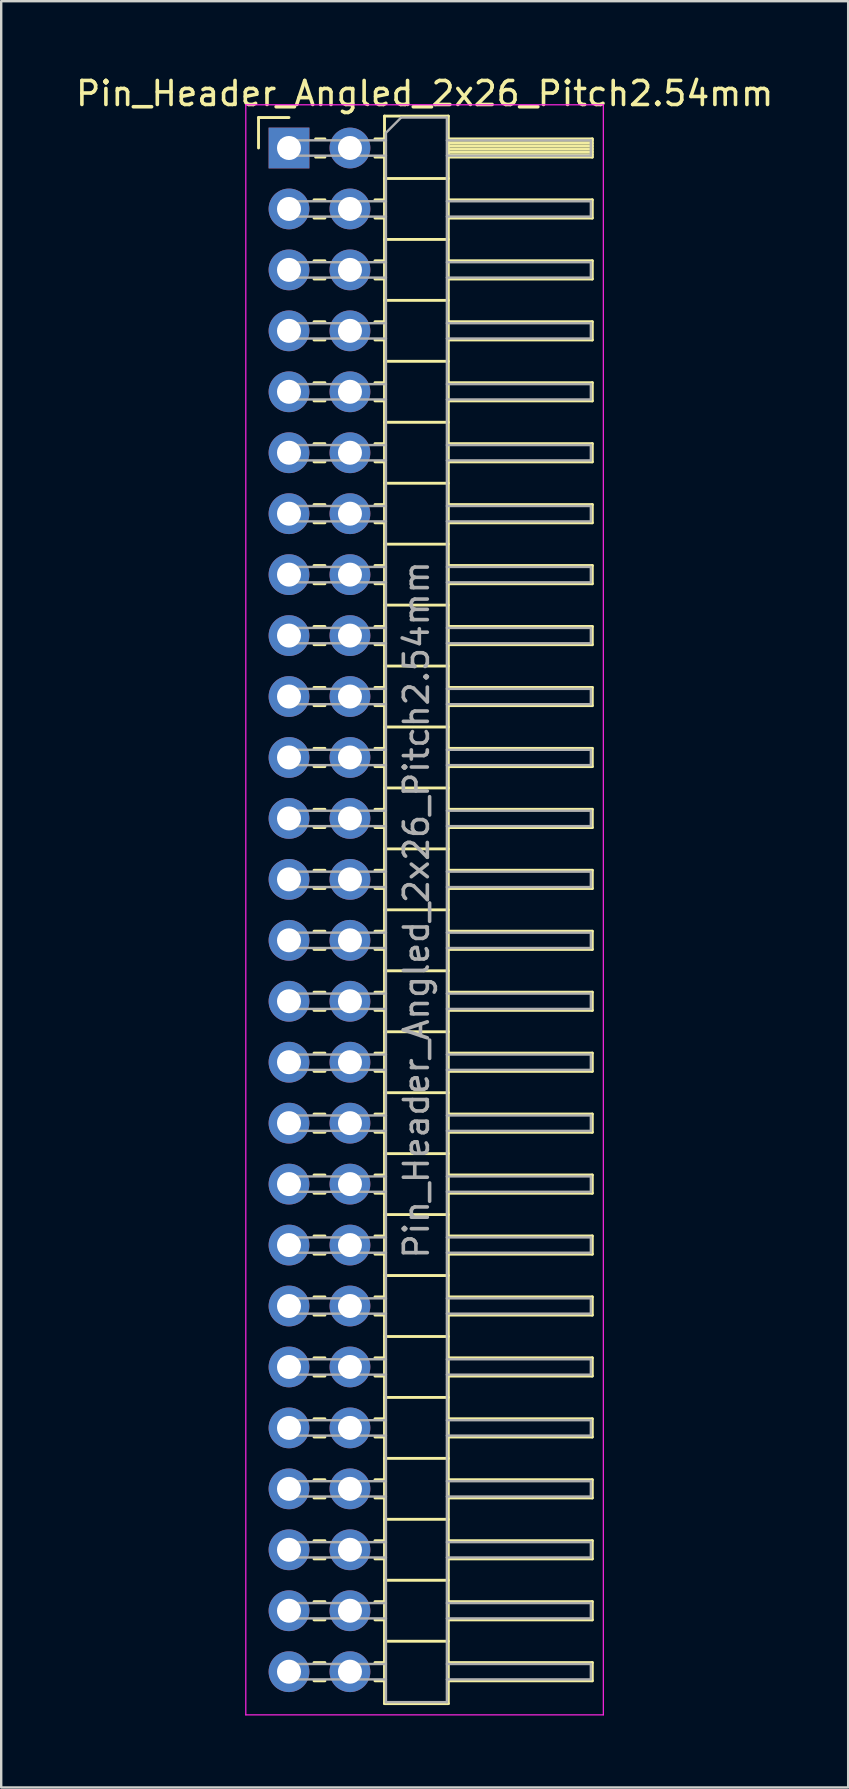
<source format=kicad_pcb>
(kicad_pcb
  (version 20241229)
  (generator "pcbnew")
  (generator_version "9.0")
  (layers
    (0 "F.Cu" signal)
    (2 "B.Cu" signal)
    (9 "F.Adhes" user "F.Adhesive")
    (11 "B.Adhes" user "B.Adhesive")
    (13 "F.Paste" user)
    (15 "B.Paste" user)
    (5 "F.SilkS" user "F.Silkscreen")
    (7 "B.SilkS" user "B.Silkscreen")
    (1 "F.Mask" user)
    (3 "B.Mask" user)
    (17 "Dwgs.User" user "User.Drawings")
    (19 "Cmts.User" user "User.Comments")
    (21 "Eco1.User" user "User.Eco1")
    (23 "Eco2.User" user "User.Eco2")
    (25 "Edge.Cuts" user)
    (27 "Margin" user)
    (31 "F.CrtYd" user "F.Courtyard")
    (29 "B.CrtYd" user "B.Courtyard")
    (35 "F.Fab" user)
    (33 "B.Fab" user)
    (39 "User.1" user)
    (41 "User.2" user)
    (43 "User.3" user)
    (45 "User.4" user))
  (footprint "Pin_Header_Angled_2x26_Pitch2.54mm"
    (layer "F.Cu")
    (at 8.994 3.118)
    (property "Reference" "Pin_Header_Angled_2x26_Pitch2.54mm" (at 5.655 -2.27 0) (layer "F.SilkS") (effects (font (size 1 1) (thickness 0.15))))
    (attr through_hole)
    (fp_line (start -1.27 -1.27) (end 0 -1.27) (stroke (width 0.12) (type solid)) (layer "F.SilkS"))
    (fp_line (start -1.27 0) (end -1.27 -1.27) (stroke (width 0.12) (type solid)) (layer "F.SilkS"))
    (fp_line (start 1.043 2.16) (end 1.497 2.16) (stroke (width 0.12) (type solid)) (layer "F.SilkS"))
    (fp_line (start 1.043 2.92) (end 1.497 2.92) (stroke (width 0.12) (type solid)) (layer "F.SilkS"))
    (fp_line (start 1.043 4.7) (end 1.497 4.7) (stroke (width 0.12) (type solid)) (layer "F.SilkS"))
    (fp_line (start 1.043 5.46) (end 1.497 5.46) (stroke (width 0.12) (type solid)) (layer "F.SilkS"))
    (fp_line (start 1.043 7.24) (end 1.497 7.24) (stroke (width 0.12) (type solid)) (layer "F.SilkS"))
    (fp_line (start 1.043 8) (end 1.497 8) (stroke (width 0.12) (type solid)) (layer "F.SilkS"))
    (fp_line (start 1.043 9.78) (end 1.497 9.78) (stroke (width 0.12) (type solid)) (layer "F.SilkS"))
    (fp_line (start 1.043 10.54) (end 1.497 10.54) (stroke (width 0.12) (type solid)) (layer "F.SilkS"))
    (fp_line (start 1.043 12.32) (end 1.497 12.32) (stroke (width 0.12) (type solid)) (layer "F.SilkS"))
    (fp_line (start 1.043 13.08) (end 1.497 13.08) (stroke (width 0.12) (type solid)) (layer "F.SilkS"))
    (fp_line (start 1.043 14.86) (end 1.497 14.86) (stroke (width 0.12) (type solid)) (layer "F.SilkS"))
    (fp_line (start 1.043 15.62) (end 1.497 15.62) (stroke (width 0.12) (type solid)) (layer "F.SilkS"))
    (fp_line (start 1.043 17.4) (end 1.497 17.4) (stroke (width 0.12) (type solid)) (layer "F.SilkS"))
    (fp_line (start 1.043 18.16) (end 1.497 18.16) (stroke (width 0.12) (type solid)) (layer "F.SilkS"))
    (fp_line (start 1.043 19.94) (end 1.497 19.94) (stroke (width 0.12) (type solid)) (layer "F.SilkS"))
    (fp_line (start 1.043 20.7) (end 1.497 20.7) (stroke (width 0.12) (type solid)) (layer "F.SilkS"))
    (fp_line (start 1.043 22.48) (end 1.497 22.48) (stroke (width 0.12) (type solid)) (layer "F.SilkS"))
    (fp_line (start 1.043 23.24) (end 1.497 23.24) (stroke (width 0.12) (type solid)) (layer "F.SilkS"))
    (fp_line (start 1.043 25.02) (end 1.497 25.02) (stroke (width 0.12) (type solid)) (layer "F.SilkS"))
    (fp_line (start 1.043 25.78) (end 1.497 25.78) (stroke (width 0.12) (type solid)) (layer "F.SilkS"))
    (fp_line (start 1.043 27.56) (end 1.497 27.56) (stroke (width 0.12) (type solid)) (layer "F.SilkS"))
    (fp_line (start 1.043 28.32) (end 1.497 28.32) (stroke (width 0.12) (type solid)) (layer "F.SilkS"))
    (fp_line (start 1.043 30.1) (end 1.497 30.1) (stroke (width 0.12) (type solid)) (layer "F.SilkS"))
    (fp_line (start 1.043 30.86) (end 1.497 30.86) (stroke (width 0.12) (type solid)) (layer "F.SilkS"))
    (fp_line (start 1.043 32.64) (end 1.497 32.64) (stroke (width 0.12) (type solid)) (layer "F.SilkS"))
    (fp_line (start 1.043 33.4) (end 1.497 33.4) (stroke (width 0.12) (type solid)) (layer "F.SilkS"))
    (fp_line (start 1.043 35.18) (end 1.497 35.18) (stroke (width 0.12) (type solid)) (layer "F.SilkS"))
    (fp_line (start 1.043 35.94) (end 1.497 35.94) (stroke (width 0.12) (type solid)) (layer "F.SilkS"))
    (fp_line (start 1.043 37.72) (end 1.497 37.72) (stroke (width 0.12) (type solid)) (layer "F.SilkS"))
    (fp_line (start 1.043 38.48) (end 1.497 38.48) (stroke (width 0.12) (type solid)) (layer "F.SilkS"))
    (fp_line (start 1.043 40.26) (end 1.497 40.26) (stroke (width 0.12) (type solid)) (layer "F.SilkS"))
    (fp_line (start 1.043 41.02) (end 1.497 41.02) (stroke (width 0.12) (type solid)) (layer "F.SilkS"))
    (fp_line (start 1.043 42.8) (end 1.497 42.8) (stroke (width 0.12) (type solid)) (layer "F.SilkS"))
    (fp_line (start 1.043 43.56) (end 1.497 43.56) (stroke (width 0.12) (type solid)) (layer "F.SilkS"))
    (fp_line (start 1.043 45.34) (end 1.497 45.34) (stroke (width 0.12) (type solid)) (layer "F.SilkS"))
    (fp_line (start 1.043 46.1) (end 1.497 46.1) (stroke (width 0.12) (type solid)) (layer "F.SilkS"))
    (fp_line (start 1.043 47.88) (end 1.497 47.88) (stroke (width 0.12) (type solid)) (layer "F.SilkS"))
    (fp_line (start 1.043 48.64) (end 1.497 48.64) (stroke (width 0.12) (type solid)) (layer "F.SilkS"))
    (fp_line (start 1.043 50.42) (end 1.497 50.42) (stroke (width 0.12) (type solid)) (layer "F.SilkS"))
    (fp_line (start 1.043 51.18) (end 1.497 51.18) (stroke (width 0.12) (type solid)) (layer "F.SilkS"))
    (fp_line (start 1.043 52.96) (end 1.497 52.96) (stroke (width 0.12) (type solid)) (layer "F.SilkS"))
    (fp_line (start 1.043 53.72) (end 1.497 53.72) (stroke (width 0.12) (type solid)) (layer "F.SilkS"))
    (fp_line (start 1.043 55.5) (end 1.497 55.5) (stroke (width 0.12) (type solid)) (layer "F.SilkS"))
    (fp_line (start 1.043 56.26) (end 1.497 56.26) (stroke (width 0.12) (type solid)) (layer "F.SilkS"))
    (fp_line (start 1.043 58.04) (end 1.497 58.04) (stroke (width 0.12) (type solid)) (layer "F.SilkS"))
    (fp_line (start 1.043 58.8) (end 1.497 58.8) (stroke (width 0.12) (type solid)) (layer "F.SilkS"))
    (fp_line (start 1.043 60.58) (end 1.497 60.58) (stroke (width 0.12) (type solid)) (layer "F.SilkS"))
    (fp_line (start 1.043 61.34) (end 1.497 61.34) (stroke (width 0.12) (type solid)) (layer "F.SilkS"))
    (fp_line (start 1.043 63.12) (end 1.497 63.12) (stroke (width 0.12) (type solid)) (layer "F.SilkS"))
    (fp_line (start 1.043 63.88) (end 1.497 63.88) (stroke (width 0.12) (type solid)) (layer "F.SilkS"))
    (fp_line (start 1.11 -0.38) (end 1.497 -0.38) (stroke (width 0.12) (type solid)) (layer "F.SilkS"))
    (fp_line (start 1.11 0.38) (end 1.497 0.38) (stroke (width 0.12) (type solid)) (layer "F.SilkS"))
    (fp_line (start 3.583 -0.38) (end 3.98 -0.38) (stroke (width 0.12) (type solid)) (layer "F.SilkS"))
    (fp_line (start 3.583 0.38) (end 3.98 0.38) (stroke (width 0.12) (type solid)) (layer "F.SilkS"))
    (fp_line (start 3.583 2.16) (end 3.98 2.16) (stroke (width 0.12) (type solid)) (layer "F.SilkS"))
    (fp_line (start 3.583 2.92) (end 3.98 2.92) (stroke (width 0.12) (type solid)) (layer "F.SilkS"))
    (fp_line (start 3.583 4.7) (end 3.98 4.7) (stroke (width 0.12) (type solid)) (layer "F.SilkS"))
    (fp_line (start 3.583 5.46) (end 3.98 5.46) (stroke (width 0.12) (type solid)) (layer "F.SilkS"))
    (fp_line (start 3.583 7.24) (end 3.98 7.24) (stroke (width 0.12) (type solid)) (layer "F.SilkS"))
    (fp_line (start 3.583 8) (end 3.98 8) (stroke (width 0.12) (type solid)) (layer "F.SilkS"))
    (fp_line (start 3.583 9.78) (end 3.98 9.78) (stroke (width 0.12) (type solid)) (layer "F.SilkS"))
    (fp_line (start 3.583 10.54) (end 3.98 10.54) (stroke (width 0.12) (type solid)) (layer "F.SilkS"))
    (fp_line (start 3.583 12.32) (end 3.98 12.32) (stroke (width 0.12) (type solid)) (layer "F.SilkS"))
    (fp_line (start 3.583 13.08) (end 3.98 13.08) (stroke (width 0.12) (type solid)) (layer "F.SilkS"))
    (fp_line (start 3.583 14.86) (end 3.98 14.86) (stroke (width 0.12) (type solid)) (layer "F.SilkS"))
    (fp_line (start 3.583 15.62) (end 3.98 15.62) (stroke (width 0.12) (type solid)) (layer "F.SilkS"))
    (fp_line (start 3.583 17.4) (end 3.98 17.4) (stroke (width 0.12) (type solid)) (layer "F.SilkS"))
    (fp_line (start 3.583 18.16) (end 3.98 18.16) (stroke (width 0.12) (type solid)) (layer "F.SilkS"))
    (fp_line (start 3.583 19.94) (end 3.98 19.94) (stroke (width 0.12) (type solid)) (layer "F.SilkS"))
    (fp_line (start 3.583 20.7) (end 3.98 20.7) (stroke (width 0.12) (type solid)) (layer "F.SilkS"))
    (fp_line (start 3.583 22.48) (end 3.98 22.48) (stroke (width 0.12) (type solid)) (layer "F.SilkS"))
    (fp_line (start 3.583 23.24) (end 3.98 23.24) (stroke (width 0.12) (type solid)) (layer "F.SilkS"))
    (fp_line (start 3.583 25.02) (end 3.98 25.02) (stroke (width 0.12) (type solid)) (layer "F.SilkS"))
    (fp_line (start 3.583 25.78) (end 3.98 25.78) (stroke (width 0.12) (type solid)) (layer "F.SilkS"))
    (fp_line (start 3.583 27.56) (end 3.98 27.56) (stroke (width 0.12) (type solid)) (layer "F.SilkS"))
    (fp_line (start 3.583 28.32) (end 3.98 28.32) (stroke (width 0.12) (type solid)) (layer "F.SilkS"))
    (fp_line (start 3.583 30.1) (end 3.98 30.1) (stroke (width 0.12) (type solid)) (layer "F.SilkS"))
    (fp_line (start 3.583 30.86) (end 3.98 30.86) (stroke (width 0.12) (type solid)) (layer "F.SilkS"))
    (fp_line (start 3.583 32.64) (end 3.98 32.64) (stroke (width 0.12) (type solid)) (layer "F.SilkS"))
    (fp_line (start 3.583 33.4) (end 3.98 33.4) (stroke (width 0.12) (type solid)) (layer "F.SilkS"))
    (fp_line (start 3.583 35.18) (end 3.98 35.18) (stroke (width 0.12) (type solid)) (layer "F.SilkS"))
    (fp_line (start 3.583 35.94) (end 3.98 35.94) (stroke (width 0.12) (type solid)) (layer "F.SilkS"))
    (fp_line (start 3.583 37.72) (end 3.98 37.72) (stroke (width 0.12) (type solid)) (layer "F.SilkS"))
    (fp_line (start 3.583 38.48) (end 3.98 38.48) (stroke (width 0.12) (type solid)) (layer "F.SilkS"))
    (fp_line (start 3.583 40.26) (end 3.98 40.26) (stroke (width 0.12) (type solid)) (layer "F.SilkS"))
    (fp_line (start 3.583 41.02) (end 3.98 41.02) (stroke (width 0.12) (type solid)) (layer "F.SilkS"))
    (fp_line (start 3.583 42.8) (end 3.98 42.8) (stroke (width 0.12) (type solid)) (layer "F.SilkS"))
    (fp_line (start 3.583 43.56) (end 3.98 43.56) (stroke (width 0.12) (type solid)) (layer "F.SilkS"))
    (fp_line (start 3.583 45.34) (end 3.98 45.34) (stroke (width 0.12) (type solid)) (layer "F.SilkS"))
    (fp_line (start 3.583 46.1) (end 3.98 46.1) (stroke (width 0.12) (type solid)) (layer "F.SilkS"))
    (fp_line (start 3.583 47.88) (end 3.98 47.88) (stroke (width 0.12) (type solid)) (layer "F.SilkS"))
    (fp_line (start 3.583 48.64) (end 3.98 48.64) (stroke (width 0.12) (type solid)) (layer "F.SilkS"))
    (fp_line (start 3.583 50.42) (end 3.98 50.42) (stroke (width 0.12) (type solid)) (layer "F.SilkS"))
    (fp_line (start 3.583 51.18) (end 3.98 51.18) (stroke (width 0.12) (type solid)) (layer "F.SilkS"))
    (fp_line (start 3.583 52.96) (end 3.98 52.96) (stroke (width 0.12) (type solid)) (layer "F.SilkS"))
    (fp_line (start 3.583 53.72) (end 3.98 53.72) (stroke (width 0.12) (type solid)) (layer "F.SilkS"))
    (fp_line (start 3.583 55.5) (end 3.98 55.5) (stroke (width 0.12) (type solid)) (layer "F.SilkS"))
    (fp_line (start 3.583 56.26) (end 3.98 56.26) (stroke (width 0.12) (type solid)) (layer "F.SilkS"))
    (fp_line (start 3.583 58.04) (end 3.98 58.04) (stroke (width 0.12) (type solid)) (layer "F.SilkS"))
    (fp_line (start 3.583 58.8) (end 3.98 58.8) (stroke (width 0.12) (type solid)) (layer "F.SilkS"))
    (fp_line (start 3.583 60.58) (end 3.98 60.58) (stroke (width 0.12) (type solid)) (layer "F.SilkS"))
    (fp_line (start 3.583 61.34) (end 3.98 61.34) (stroke (width 0.12) (type solid)) (layer "F.SilkS"))
    (fp_line (start 3.583 63.12) (end 3.98 63.12) (stroke (width 0.12) (type solid)) (layer "F.SilkS"))
    (fp_line (start 3.583 63.88) (end 3.98 63.88) (stroke (width 0.12) (type solid)) (layer "F.SilkS"))
    (fp_line (start 3.98 -1.33) (end 3.98 64.83) (stroke (width 0.12) (type solid)) (layer "F.SilkS"))
    (fp_line (start 3.98 1.27) (end 6.64 1.27) (stroke (width 0.12) (type solid)) (layer "F.SilkS"))
    (fp_line (start 3.98 3.81) (end 6.64 3.81) (stroke (width 0.12) (type solid)) (layer "F.SilkS"))
    (fp_line (start 3.98 6.35) (end 6.64 6.35) (stroke (width 0.12) (type solid)) (layer "F.SilkS"))
    (fp_line (start 3.98 8.89) (end 6.64 8.89) (stroke (width 0.12) (type solid)) (layer "F.SilkS"))
    (fp_line (start 3.98 11.43) (end 6.64 11.43) (stroke (width 0.12) (type solid)) (layer "F.SilkS"))
    (fp_line (start 3.98 13.97) (end 6.64 13.97) (stroke (width 0.12) (type solid)) (layer "F.SilkS"))
    (fp_line (start 3.98 16.51) (end 6.64 16.51) (stroke (width 0.12) (type solid)) (layer "F.SilkS"))
    (fp_line (start 3.98 19.05) (end 6.64 19.05) (stroke (width 0.12) (type solid)) (layer "F.SilkS"))
    (fp_line (start 3.98 21.59) (end 6.64 21.59) (stroke (width 0.12) (type solid)) (layer "F.SilkS"))
    (fp_line (start 3.98 24.13) (end 6.64 24.13) (stroke (width 0.12) (type solid)) (layer "F.SilkS"))
    (fp_line (start 3.98 26.67) (end 6.64 26.67) (stroke (width 0.12) (type solid)) (layer "F.SilkS"))
    (fp_line (start 3.98 29.21) (end 6.64 29.21) (stroke (width 0.12) (type solid)) (layer "F.SilkS"))
    (fp_line (start 3.98 31.75) (end 6.64 31.75) (stroke (width 0.12) (type solid)) (layer "F.SilkS"))
    (fp_line (start 3.98 34.29) (end 6.64 34.29) (stroke (width 0.12) (type solid)) (layer "F.SilkS"))
    (fp_line (start 3.98 36.83) (end 6.64 36.83) (stroke (width 0.12) (type solid)) (layer "F.SilkS"))
    (fp_line (start 3.98 39.37) (end 6.64 39.37) (stroke (width 0.12) (type solid)) (layer "F.SilkS"))
    (fp_line (start 3.98 41.91) (end 6.64 41.91) (stroke (width 0.12) (type solid)) (layer "F.SilkS"))
    (fp_line (start 3.98 44.45) (end 6.64 44.45) (stroke (width 0.12) (type solid)) (layer "F.SilkS"))
    (fp_line (start 3.98 46.99) (end 6.64 46.99) (stroke (width 0.12) (type solid)) (layer "F.SilkS"))
    (fp_line (start 3.98 49.53) (end 6.64 49.53) (stroke (width 0.12) (type solid)) (layer "F.SilkS"))
    (fp_line (start 3.98 52.07) (end 6.64 52.07) (stroke (width 0.12) (type solid)) (layer "F.SilkS"))
    (fp_line (start 3.98 54.61) (end 6.64 54.61) (stroke (width 0.12) (type solid)) (layer "F.SilkS"))
    (fp_line (start 3.98 57.15) (end 6.64 57.15) (stroke (width 0.12) (type solid)) (layer "F.SilkS"))
    (fp_line (start 3.98 59.69) (end 6.64 59.69) (stroke (width 0.12) (type solid)) (layer "F.SilkS"))
    (fp_line (start 3.98 62.23) (end 6.64 62.23) (stroke (width 0.12) (type solid)) (layer "F.SilkS"))
    (fp_line (start 3.98 64.83) (end 6.64 64.83) (stroke (width 0.12) (type solid)) (layer "F.SilkS"))
    (fp_line (start 6.64 -1.33) (end 3.98 -1.33) (stroke (width 0.12) (type solid)) (layer "F.SilkS"))
    (fp_line (start 6.64 -0.38) (end 12.64 -0.38) (stroke (width 0.12) (type solid)) (layer "F.SilkS"))
    (fp_line (start 6.64 -0.32) (end 12.64 -0.32) (stroke (width 0.12) (type solid)) (layer "F.SilkS"))
    (fp_line (start 6.64 -0.2) (end 12.64 -0.2) (stroke (width 0.12) (type solid)) (layer "F.SilkS"))
    (fp_line (start 6.64 -0.08) (end 12.64 -0.08) (stroke (width 0.12) (type solid)) (layer "F.SilkS"))
    (fp_line (start 6.64 0.04) (end 12.64 0.04) (stroke (width 0.12) (type solid)) (layer "F.SilkS"))
    (fp_line (start 6.64 0.16) (end 12.64 0.16) (stroke (width 0.12) (type solid)) (layer "F.SilkS"))
    (fp_line (start 6.64 0.28) (end 12.64 0.28) (stroke (width 0.12) (type solid)) (layer "F.SilkS"))
    (fp_line (start 6.64 2.16) (end 12.64 2.16) (stroke (width 0.12) (type solid)) (layer "F.SilkS"))
    (fp_line (start 6.64 4.7) (end 12.64 4.7) (stroke (width 0.12) (type solid)) (layer "F.SilkS"))
    (fp_line (start 6.64 7.24) (end 12.64 7.24) (stroke (width 0.12) (type solid)) (layer "F.SilkS"))
    (fp_line (start 6.64 9.78) (end 12.64 9.78) (stroke (width 0.12) (type solid)) (layer "F.SilkS"))
    (fp_line (start 6.64 12.32) (end 12.64 12.32) (stroke (width 0.12) (type solid)) (layer "F.SilkS"))
    (fp_line (start 6.64 14.86) (end 12.64 14.86) (stroke (width 0.12) (type solid)) (layer "F.SilkS"))
    (fp_line (start 6.64 17.4) (end 12.64 17.4) (stroke (width 0.12) (type solid)) (layer "F.SilkS"))
    (fp_line (start 6.64 19.94) (end 12.64 19.94) (stroke (width 0.12) (type solid)) (layer "F.SilkS"))
    (fp_line (start 6.64 22.48) (end 12.64 22.48) (stroke (width 0.12) (type solid)) (layer "F.SilkS"))
    (fp_line (start 6.64 25.02) (end 12.64 25.02) (stroke (width 0.12) (type solid)) (layer "F.SilkS"))
    (fp_line (start 6.64 27.56) (end 12.64 27.56) (stroke (width 0.12) (type solid)) (layer "F.SilkS"))
    (fp_line (start 6.64 30.1) (end 12.64 30.1) (stroke (width 0.12) (type solid)) (layer "F.SilkS"))
    (fp_line (start 6.64 32.64) (end 12.64 32.64) (stroke (width 0.12) (type solid)) (layer "F.SilkS"))
    (fp_line (start 6.64 35.18) (end 12.64 35.18) (stroke (width 0.12) (type solid)) (layer "F.SilkS"))
    (fp_line (start 6.64 37.72) (end 12.64 37.72) (stroke (width 0.12) (type solid)) (layer "F.SilkS"))
    (fp_line (start 6.64 40.26) (end 12.64 40.26) (stroke (width 0.12) (type solid)) (layer "F.SilkS"))
    (fp_line (start 6.64 42.8) (end 12.64 42.8) (stroke (width 0.12) (type solid)) (layer "F.SilkS"))
    (fp_line (start 6.64 45.34) (end 12.64 45.34) (stroke (width 0.12) (type solid)) (layer "F.SilkS"))
    (fp_line (start 6.64 47.88) (end 12.64 47.88) (stroke (width 0.12) (type solid)) (layer "F.SilkS"))
    (fp_line (start 6.64 50.42) (end 12.64 50.42) (stroke (width 0.12) (type solid)) (layer "F.SilkS"))
    (fp_line (start 6.64 52.96) (end 12.64 52.96) (stroke (width 0.12) (type solid)) (layer "F.SilkS"))
    (fp_line (start 6.64 55.5) (end 12.64 55.5) (stroke (width 0.12) (type solid)) (layer "F.SilkS"))
    (fp_line (start 6.64 58.04) (end 12.64 58.04) (stroke (width 0.12) (type solid)) (layer "F.SilkS"))
    (fp_line (start 6.64 60.58) (end 12.64 60.58) (stroke (width 0.12) (type solid)) (layer "F.SilkS"))
    (fp_line (start 6.64 63.12) (end 12.64 63.12) (stroke (width 0.12) (type solid)) (layer "F.SilkS"))
    (fp_line (start 6.64 64.83) (end 6.64 -1.33) (stroke (width 0.12) (type solid)) (layer "F.SilkS"))
    (fp_line (start 12.64 -0.38) (end 12.64 0.38) (stroke (width 0.12) (type solid)) (layer "F.SilkS"))
    (fp_line (start 12.64 0.38) (end 6.64 0.38) (stroke (width 0.12) (type solid)) (layer "F.SilkS"))
    (fp_line (start 12.64 2.16) (end 12.64 2.92) (stroke (width 0.12) (type solid)) (layer "F.SilkS"))
    (fp_line (start 12.64 2.92) (end 6.64 2.92) (stroke (width 0.12) (type solid)) (layer "F.SilkS"))
    (fp_line (start 12.64 4.7) (end 12.64 5.46) (stroke (width 0.12) (type solid)) (layer "F.SilkS"))
    (fp_line (start 12.64 5.46) (end 6.64 5.46) (stroke (width 0.12) (type solid)) (layer "F.SilkS"))
    (fp_line (start 12.64 7.24) (end 12.64 8) (stroke (width 0.12) (type solid)) (layer "F.SilkS"))
    (fp_line (start 12.64 8) (end 6.64 8) (stroke (width 0.12) (type solid)) (layer "F.SilkS"))
    (fp_line (start 12.64 9.78) (end 12.64 10.54) (stroke (width 0.12) (type solid)) (layer "F.SilkS"))
    (fp_line (start 12.64 10.54) (end 6.64 10.54) (stroke (width 0.12) (type solid)) (layer "F.SilkS"))
    (fp_line (start 12.64 12.32) (end 12.64 13.08) (stroke (width 0.12) (type solid)) (layer "F.SilkS"))
    (fp_line (start 12.64 13.08) (end 6.64 13.08) (stroke (width 0.12) (type solid)) (layer "F.SilkS"))
    (fp_line (start 12.64 14.86) (end 12.64 15.62) (stroke (width 0.12) (type solid)) (layer "F.SilkS"))
    (fp_line (start 12.64 15.62) (end 6.64 15.62) (stroke (width 0.12) (type solid)) (layer "F.SilkS"))
    (fp_line (start 12.64 17.4) (end 12.64 18.16) (stroke (width 0.12) (type solid)) (layer "F.SilkS"))
    (fp_line (start 12.64 18.16) (end 6.64 18.16) (stroke (width 0.12) (type solid)) (layer "F.SilkS"))
    (fp_line (start 12.64 19.94) (end 12.64 20.7) (stroke (width 0.12) (type solid)) (layer "F.SilkS"))
    (fp_line (start 12.64 20.7) (end 6.64 20.7) (stroke (width 0.12) (type solid)) (layer "F.SilkS"))
    (fp_line (start 12.64 22.48) (end 12.64 23.24) (stroke (width 0.12) (type solid)) (layer "F.SilkS"))
    (fp_line (start 12.64 23.24) (end 6.64 23.24) (stroke (width 0.12) (type solid)) (layer "F.SilkS"))
    (fp_line (start 12.64 25.02) (end 12.64 25.78) (stroke (width 0.12) (type solid)) (layer "F.SilkS"))
    (fp_line (start 12.64 25.78) (end 6.64 25.78) (stroke (width 0.12) (type solid)) (layer "F.SilkS"))
    (fp_line (start 12.64 27.56) (end 12.64 28.32) (stroke (width 0.12) (type solid)) (layer "F.SilkS"))
    (fp_line (start 12.64 28.32) (end 6.64 28.32) (stroke (width 0.12) (type solid)) (layer "F.SilkS"))
    (fp_line (start 12.64 30.1) (end 12.64 30.86) (stroke (width 0.12) (type solid)) (layer "F.SilkS"))
    (fp_line (start 12.64 30.86) (end 6.64 30.86) (stroke (width 0.12) (type solid)) (layer "F.SilkS"))
    (fp_line (start 12.64 32.64) (end 12.64 33.4) (stroke (width 0.12) (type solid)) (layer "F.SilkS"))
    (fp_line (start 12.64 33.4) (end 6.64 33.4) (stroke (width 0.12) (type solid)) (layer "F.SilkS"))
    (fp_line (start 12.64 35.18) (end 12.64 35.94) (stroke (width 0.12) (type solid)) (layer "F.SilkS"))
    (fp_line (start 12.64 35.94) (end 6.64 35.94) (stroke (width 0.12) (type solid)) (layer "F.SilkS"))
    (fp_line (start 12.64 37.72) (end 12.64 38.48) (stroke (width 0.12) (type solid)) (layer "F.SilkS"))
    (fp_line (start 12.64 38.48) (end 6.64 38.48) (stroke (width 0.12) (type solid)) (layer "F.SilkS"))
    (fp_line (start 12.64 40.26) (end 12.64 41.02) (stroke (width 0.12) (type solid)) (layer "F.SilkS"))
    (fp_line (start 12.64 41.02) (end 6.64 41.02) (stroke (width 0.12) (type solid)) (layer "F.SilkS"))
    (fp_line (start 12.64 42.8) (end 12.64 43.56) (stroke (width 0.12) (type solid)) (layer "F.SilkS"))
    (fp_line (start 12.64 43.56) (end 6.64 43.56) (stroke (width 0.12) (type solid)) (layer "F.SilkS"))
    (fp_line (start 12.64 45.34) (end 12.64 46.1) (stroke (width 0.12) (type solid)) (layer "F.SilkS"))
    (fp_line (start 12.64 46.1) (end 6.64 46.1) (stroke (width 0.12) (type solid)) (layer "F.SilkS"))
    (fp_line (start 12.64 47.88) (end 12.64 48.64) (stroke (width 0.12) (type solid)) (layer "F.SilkS"))
    (fp_line (start 12.64 48.64) (end 6.64 48.64) (stroke (width 0.12) (type solid)) (layer "F.SilkS"))
    (fp_line (start 12.64 50.42) (end 12.64 51.18) (stroke (width 0.12) (type solid)) (layer "F.SilkS"))
    (fp_line (start 12.64 51.18) (end 6.64 51.18) (stroke (width 0.12) (type solid)) (layer "F.SilkS"))
    (fp_line (start 12.64 52.96) (end 12.64 53.72) (stroke (width 0.12) (type solid)) (layer "F.SilkS"))
    (fp_line (start 12.64 53.72) (end 6.64 53.72) (stroke (width 0.12) (type solid)) (layer "F.SilkS"))
    (fp_line (start 12.64 55.5) (end 12.64 56.26) (stroke (width 0.12) (type solid)) (layer "F.SilkS"))
    (fp_line (start 12.64 56.26) (end 6.64 56.26) (stroke (width 0.12) (type solid)) (layer "F.SilkS"))
    (fp_line (start 12.64 58.04) (end 12.64 58.8) (stroke (width 0.12) (type solid)) (layer "F.SilkS"))
    (fp_line (start 12.64 58.8) (end 6.64 58.8) (stroke (width 0.12) (type solid)) (layer "F.SilkS"))
    (fp_line (start 12.64 60.58) (end 12.64 61.34) (stroke (width 0.12) (type solid)) (layer "F.SilkS"))
    (fp_line (start 12.64 61.34) (end 6.64 61.34) (stroke (width 0.12) (type solid)) (layer "F.SilkS"))
    (fp_line (start 12.64 63.12) (end 12.64 63.88) (stroke (width 0.12) (type solid)) (layer "F.SilkS"))
    (fp_line (start 12.64 63.88) (end 6.64 63.88) (stroke (width 0.12) (type solid)) (layer "F.SilkS"))
    (fp_line (start -1.8 -1.8) (end -1.8 65.3) (stroke (width 0.05) (type solid)) (layer "F.CrtYd"))
    (fp_line (start -1.8 65.3) (end 13.1 65.3) (stroke (width 0.05) (type solid)) (layer "F.CrtYd"))
    (fp_line (start 13.1 -1.8) (end -1.8 -1.8) (stroke (width 0.05) (type solid)) (layer "F.CrtYd"))
    (fp_line (start 13.1 65.3) (end 13.1 -1.8) (stroke (width 0.05) (type solid)) (layer "F.CrtYd"))
    (fp_line (start -0.32 -0.32) (end -0.32 0.32) (stroke (width 0.1) (type solid)) (layer "F.Fab"))
    (fp_line (start -0.32 -0.32) (end 4.04 -0.32) (stroke (width 0.1) (type solid)) (layer "F.Fab"))
    (fp_line (start -0.32 0.32) (end 4.04 0.32) (stroke (width 0.1) (type solid)) (layer "F.Fab"))
    (fp_line (start -0.32 2.22) (end -0.32 2.86) (stroke (width 0.1) (type solid)) (layer "F.Fab"))
    (fp_line (start -0.32 2.22) (end 4.04 2.22) (stroke (width 0.1) (type solid)) (layer "F.Fab"))
    (fp_line (start -0.32 2.86) (end 4.04 2.86) (stroke (width 0.1) (type solid)) (layer "F.Fab"))
    (fp_line (start -0.32 4.76) (end -0.32 5.4) (stroke (width 0.1) (type solid)) (layer "F.Fab"))
    (fp_line (start -0.32 4.76) (end 4.04 4.76) (stroke (width 0.1) (type solid)) (layer "F.Fab"))
    (fp_line (start -0.32 5.4) (end 4.04 5.4) (stroke (width 0.1) (type solid)) (layer "F.Fab"))
    (fp_line (start -0.32 7.3) (end -0.32 7.94) (stroke (width 0.1) (type solid)) (layer "F.Fab"))
    (fp_line (start -0.32 7.3) (end 4.04 7.3) (stroke (width 0.1) (type solid)) (layer "F.Fab"))
    (fp_line (start -0.32 7.94) (end 4.04 7.94) (stroke (width 0.1) (type solid)) (layer "F.Fab"))
    (fp_line (start -0.32 9.84) (end -0.32 10.48) (stroke (width 0.1) (type solid)) (layer "F.Fab"))
    (fp_line (start -0.32 9.84) (end 4.04 9.84) (stroke (width 0.1) (type solid)) (layer "F.Fab"))
    (fp_line (start -0.32 10.48) (end 4.04 10.48) (stroke (width 0.1) (type solid)) (layer "F.Fab"))
    (fp_line (start -0.32 12.38) (end -0.32 13.02) (stroke (width 0.1) (type solid)) (layer "F.Fab"))
    (fp_line (start -0.32 12.38) (end 4.04 12.38) (stroke (width 0.1) (type solid)) (layer "F.Fab"))
    (fp_line (start -0.32 13.02) (end 4.04 13.02) (stroke (width 0.1) (type solid)) (layer "F.Fab"))
    (fp_line (start -0.32 14.92) (end -0.32 15.56) (stroke (width 0.1) (type solid)) (layer "F.Fab"))
    (fp_line (start -0.32 14.92) (end 4.04 14.92) (stroke (width 0.1) (type solid)) (layer "F.Fab"))
    (fp_line (start -0.32 15.56) (end 4.04 15.56) (stroke (width 0.1) (type solid)) (layer "F.Fab"))
    (fp_line (start -0.32 17.46) (end -0.32 18.1) (stroke (width 0.1) (type solid)) (layer "F.Fab"))
    (fp_line (start -0.32 17.46) (end 4.04 17.46) (stroke (width 0.1) (type solid)) (layer "F.Fab"))
    (fp_line (start -0.32 18.1) (end 4.04 18.1) (stroke (width 0.1) (type solid)) (layer "F.Fab"))
    (fp_line (start -0.32 20) (end -0.32 20.64) (stroke (width 0.1) (type solid)) (layer "F.Fab"))
    (fp_line (start -0.32 20) (end 4.04 20) (stroke (width 0.1) (type solid)) (layer "F.Fab"))
    (fp_line (start -0.32 20.64) (end 4.04 20.64) (stroke (width 0.1) (type solid)) (layer "F.Fab"))
    (fp_line (start -0.32 22.54) (end -0.32 23.18) (stroke (width 0.1) (type solid)) (layer "F.Fab"))
    (fp_line (start -0.32 22.54) (end 4.04 22.54) (stroke (width 0.1) (type solid)) (layer "F.Fab"))
    (fp_line (start -0.32 23.18) (end 4.04 23.18) (stroke (width 0.1) (type solid)) (layer "F.Fab"))
    (fp_line (start -0.32 25.08) (end -0.32 25.72) (stroke (width 0.1) (type solid)) (layer "F.Fab"))
    (fp_line (start -0.32 25.08) (end 4.04 25.08) (stroke (width 0.1) (type solid)) (layer "F.Fab"))
    (fp_line (start -0.32 25.72) (end 4.04 25.72) (stroke (width 0.1) (type solid)) (layer "F.Fab"))
    (fp_line (start -0.32 27.62) (end -0.32 28.26) (stroke (width 0.1) (type solid)) (layer "F.Fab"))
    (fp_line (start -0.32 27.62) (end 4.04 27.62) (stroke (width 0.1) (type solid)) (layer "F.Fab"))
    (fp_line (start -0.32 28.26) (end 4.04 28.26) (stroke (width 0.1) (type solid)) (layer "F.Fab"))
    (fp_line (start -0.32 30.16) (end -0.32 30.8) (stroke (width 0.1) (type solid)) (layer "F.Fab"))
    (fp_line (start -0.32 30.16) (end 4.04 30.16) (stroke (width 0.1) (type solid)) (layer "F.Fab"))
    (fp_line (start -0.32 30.8) (end 4.04 30.8) (stroke (width 0.1) (type solid)) (layer "F.Fab"))
    (fp_line (start -0.32 32.7) (end -0.32 33.34) (stroke (width 0.1) (type solid)) (layer "F.Fab"))
    (fp_line (start -0.32 32.7) (end 4.04 32.7) (stroke (width 0.1) (type solid)) (layer "F.Fab"))
    (fp_line (start -0.32 33.34) (end 4.04 33.34) (stroke (width 0.1) (type solid)) (layer "F.Fab"))
    (fp_line (start -0.32 35.24) (end -0.32 35.88) (stroke (width 0.1) (type solid)) (layer "F.Fab"))
    (fp_line (start -0.32 35.24) (end 4.04 35.24) (stroke (width 0.1) (type solid)) (layer "F.Fab"))
    (fp_line (start -0.32 35.88) (end 4.04 35.88) (stroke (width 0.1) (type solid)) (layer "F.Fab"))
    (fp_line (start -0.32 37.78) (end -0.32 38.42) (stroke (width 0.1) (type solid)) (layer "F.Fab"))
    (fp_line (start -0.32 37.78) (end 4.04 37.78) (stroke (width 0.1) (type solid)) (layer "F.Fab"))
    (fp_line (start -0.32 38.42) (end 4.04 38.42) (stroke (width 0.1) (type solid)) (layer "F.Fab"))
    (fp_line (start -0.32 40.32) (end -0.32 40.96) (stroke (width 0.1) (type solid)) (layer "F.Fab"))
    (fp_line (start -0.32 40.32) (end 4.04 40.32) (stroke (width 0.1) (type solid)) (layer "F.Fab"))
    (fp_line (start -0.32 40.96) (end 4.04 40.96) (stroke (width 0.1) (type solid)) (layer "F.Fab"))
    (fp_line (start -0.32 42.86) (end -0.32 43.5) (stroke (width 0.1) (type solid)) (layer "F.Fab"))
    (fp_line (start -0.32 42.86) (end 4.04 42.86) (stroke (width 0.1) (type solid)) (layer "F.Fab"))
    (fp_line (start -0.32 43.5) (end 4.04 43.5) (stroke (width 0.1) (type solid)) (layer "F.Fab"))
    (fp_line (start -0.32 45.4) (end -0.32 46.04) (stroke (width 0.1) (type solid)) (layer "F.Fab"))
    (fp_line (start -0.32 45.4) (end 4.04 45.4) (stroke (width 0.1) (type solid)) (layer "F.Fab"))
    (fp_line (start -0.32 46.04) (end 4.04 46.04) (stroke (width 0.1) (type solid)) (layer "F.Fab"))
    (fp_line (start -0.32 47.94) (end -0.32 48.58) (stroke (width 0.1) (type solid)) (layer "F.Fab"))
    (fp_line (start -0.32 47.94) (end 4.04 47.94) (stroke (width 0.1) (type solid)) (layer "F.Fab"))
    (fp_line (start -0.32 48.58) (end 4.04 48.58) (stroke (width 0.1) (type solid)) (layer "F.Fab"))
    (fp_line (start -0.32 50.48) (end -0.32 51.12) (stroke (width 0.1) (type solid)) (layer "F.Fab"))
    (fp_line (start -0.32 50.48) (end 4.04 50.48) (stroke (width 0.1) (type solid)) (layer "F.Fab"))
    (fp_line (start -0.32 51.12) (end 4.04 51.12) (stroke (width 0.1) (type solid)) (layer "F.Fab"))
    (fp_line (start -0.32 53.02) (end -0.32 53.66) (stroke (width 0.1) (type solid)) (layer "F.Fab"))
    (fp_line (start -0.32 53.02) (end 4.04 53.02) (stroke (width 0.1) (type solid)) (layer "F.Fab"))
    (fp_line (start -0.32 53.66) (end 4.04 53.66) (stroke (width 0.1) (type solid)) (layer "F.Fab"))
    (fp_line (start -0.32 55.56) (end -0.32 56.2) (stroke (width 0.1) (type solid)) (layer "F.Fab"))
    (fp_line (start -0.32 55.56) (end 4.04 55.56) (stroke (width 0.1) (type solid)) (layer "F.Fab"))
    (fp_line (start -0.32 56.2) (end 4.04 56.2) (stroke (width 0.1) (type solid)) (layer "F.Fab"))
    (fp_line (start -0.32 58.1) (end -0.32 58.74) (stroke (width 0.1) (type solid)) (layer "F.Fab"))
    (fp_line (start -0.32 58.1) (end 4.04 58.1) (stroke (width 0.1) (type solid)) (layer "F.Fab"))
    (fp_line (start -0.32 58.74) (end 4.04 58.74) (stroke (width 0.1) (type solid)) (layer "F.Fab"))
    (fp_line (start -0.32 60.64) (end -0.32 61.28) (stroke (width 0.1) (type solid)) (layer "F.Fab"))
    (fp_line (start -0.32 60.64) (end 4.04 60.64) (stroke (width 0.1) (type solid)) (layer "F.Fab"))
    (fp_line (start -0.32 61.28) (end 4.04 61.28) (stroke (width 0.1) (type solid)) (layer "F.Fab"))
    (fp_line (start -0.32 63.18) (end -0.32 63.82) (stroke (width 0.1) (type solid)) (layer "F.Fab"))
    (fp_line (start -0.32 63.18) (end 4.04 63.18) (stroke (width 0.1) (type solid)) (layer "F.Fab"))
    (fp_line (start -0.32 63.82) (end 4.04 63.82) (stroke (width 0.1) (type solid)) (layer "F.Fab"))
    (fp_line (start 4.04 -0.635) (end 4.675 -1.27) (stroke (width 0.1) (type solid)) (layer "F.Fab"))
    (fp_line (start 4.04 64.77) (end 4.04 -0.635) (stroke (width 0.1) (type solid)) (layer "F.Fab"))
    (fp_line (start 4.675 -1.27) (end 6.58 -1.27) (stroke (width 0.1) (type solid)) (layer "F.Fab"))
    (fp_line (start 6.58 -1.27) (end 6.58 64.77) (stroke (width 0.1) (type solid)) (layer "F.Fab"))
    (fp_line (start 6.58 -0.32) (end 12.58 -0.32) (stroke (width 0.1) (type solid)) (layer "F.Fab"))
    (fp_line (start 6.58 0.32) (end 12.58 0.32) (stroke (width 0.1) (type solid)) (layer "F.Fab"))
    (fp_line (start 6.58 2.22) (end 12.58 2.22) (stroke (width 0.1) (type solid)) (layer "F.Fab"))
    (fp_line (start 6.58 2.86) (end 12.58 2.86) (stroke (width 0.1) (type solid)) (layer "F.Fab"))
    (fp_line (start 6.58 4.76) (end 12.58 4.76) (stroke (width 0.1) (type solid)) (layer "F.Fab"))
    (fp_line (start 6.58 5.4) (end 12.58 5.4) (stroke (width 0.1) (type solid)) (layer "F.Fab"))
    (fp_line (start 6.58 7.3) (end 12.58 7.3) (stroke (width 0.1) (type solid)) (layer "F.Fab"))
    (fp_line (start 6.58 7.94) (end 12.58 7.94) (stroke (width 0.1) (type solid)) (layer "F.Fab"))
    (fp_line (start 6.58 9.84) (end 12.58 9.84) (stroke (width 0.1) (type solid)) (layer "F.Fab"))
    (fp_line (start 6.58 10.48) (end 12.58 10.48) (stroke (width 0.1) (type solid)) (layer "F.Fab"))
    (fp_line (start 6.58 12.38) (end 12.58 12.38) (stroke (width 0.1) (type solid)) (layer "F.Fab"))
    (fp_line (start 6.58 13.02) (end 12.58 13.02) (stroke (width 0.1) (type solid)) (layer "F.Fab"))
    (fp_line (start 6.58 14.92) (end 12.58 14.92) (stroke (width 0.1) (type solid)) (layer "F.Fab"))
    (fp_line (start 6.58 15.56) (end 12.58 15.56) (stroke (width 0.1) (type solid)) (layer "F.Fab"))
    (fp_line (start 6.58 17.46) (end 12.58 17.46) (stroke (width 0.1) (type solid)) (layer "F.Fab"))
    (fp_line (start 6.58 18.1) (end 12.58 18.1) (stroke (width 0.1) (type solid)) (layer "F.Fab"))
    (fp_line (start 6.58 20) (end 12.58 20) (stroke (width 0.1) (type solid)) (layer "F.Fab"))
    (fp_line (start 6.58 20.64) (end 12.58 20.64) (stroke (width 0.1) (type solid)) (layer "F.Fab"))
    (fp_line (start 6.58 22.54) (end 12.58 22.54) (stroke (width 0.1) (type solid)) (layer "F.Fab"))
    (fp_line (start 6.58 23.18) (end 12.58 23.18) (stroke (width 0.1) (type solid)) (layer "F.Fab"))
    (fp_line (start 6.58 25.08) (end 12.58 25.08) (stroke (width 0.1) (type solid)) (layer "F.Fab"))
    (fp_line (start 6.58 25.72) (end 12.58 25.72) (stroke (width 0.1) (type solid)) (layer "F.Fab"))
    (fp_line (start 6.58 27.62) (end 12.58 27.62) (stroke (width 0.1) (type solid)) (layer "F.Fab"))
    (fp_line (start 6.58 28.26) (end 12.58 28.26) (stroke (width 0.1) (type solid)) (layer "F.Fab"))
    (fp_line (start 6.58 30.16) (end 12.58 30.16) (stroke (width 0.1) (type solid)) (layer "F.Fab"))
    (fp_line (start 6.58 30.8) (end 12.58 30.8) (stroke (width 0.1) (type solid)) (layer "F.Fab"))
    (fp_line (start 6.58 32.7) (end 12.58 32.7) (stroke (width 0.1) (type solid)) (layer "F.Fab"))
    (fp_line (start 6.58 33.34) (end 12.58 33.34) (stroke (width 0.1) (type solid)) (layer "F.Fab"))
    (fp_line (start 6.58 35.24) (end 12.58 35.24) (stroke (width 0.1) (type solid)) (layer "F.Fab"))
    (fp_line (start 6.58 35.88) (end 12.58 35.88) (stroke (width 0.1) (type solid)) (layer "F.Fab"))
    (fp_line (start 6.58 37.78) (end 12.58 37.78) (stroke (width 0.1) (type solid)) (layer "F.Fab"))
    (fp_line (start 6.58 38.42) (end 12.58 38.42) (stroke (width 0.1) (type solid)) (layer "F.Fab"))
    (fp_line (start 6.58 40.32) (end 12.58 40.32) (stroke (width 0.1) (type solid)) (layer "F.Fab"))
    (fp_line (start 6.58 40.96) (end 12.58 40.96) (stroke (width 0.1) (type solid)) (layer "F.Fab"))
    (fp_line (start 6.58 42.86) (end 12.58 42.86) (stroke (width 0.1) (type solid)) (layer "F.Fab"))
    (fp_line (start 6.58 43.5) (end 12.58 43.5) (stroke (width 0.1) (type solid)) (layer "F.Fab"))
    (fp_line (start 6.58 45.4) (end 12.58 45.4) (stroke (width 0.1) (type solid)) (layer "F.Fab"))
    (fp_line (start 6.58 46.04) (end 12.58 46.04) (stroke (width 0.1) (type solid)) (layer "F.Fab"))
    (fp_line (start 6.58 47.94) (end 12.58 47.94) (stroke (width 0.1) (type solid)) (layer "F.Fab"))
    (fp_line (start 6.58 48.58) (end 12.58 48.58) (stroke (width 0.1) (type solid)) (layer "F.Fab"))
    (fp_line (start 6.58 50.48) (end 12.58 50.48) (stroke (width 0.1) (type solid)) (layer "F.Fab"))
    (fp_line (start 6.58 51.12) (end 12.58 51.12) (stroke (width 0.1) (type solid)) (layer "F.Fab"))
    (fp_line (start 6.58 53.02) (end 12.58 53.02) (stroke (width 0.1) (type solid)) (layer "F.Fab"))
    (fp_line (start 6.58 53.66) (end 12.58 53.66) (stroke (width 0.1) (type solid)) (layer "F.Fab"))
    (fp_line (start 6.58 55.56) (end 12.58 55.56) (stroke (width 0.1) (type solid)) (layer "F.Fab"))
    (fp_line (start 6.58 56.2) (end 12.58 56.2) (stroke (width 0.1) (type solid)) (layer "F.Fab"))
    (fp_line (start 6.58 58.1) (end 12.58 58.1) (stroke (width 0.1) (type solid)) (layer "F.Fab"))
    (fp_line (start 6.58 58.74) (end 12.58 58.74) (stroke (width 0.1) (type solid)) (layer "F.Fab"))
    (fp_line (start 6.58 60.64) (end 12.58 60.64) (stroke (width 0.1) (type solid)) (layer "F.Fab"))
    (fp_line (start 6.58 61.28) (end 12.58 61.28) (stroke (width 0.1) (type solid)) (layer "F.Fab"))
    (fp_line (start 6.58 63.18) (end 12.58 63.18) (stroke (width 0.1) (type solid)) (layer "F.Fab"))
    (fp_line (start 6.58 63.82) (end 12.58 63.82) (stroke (width 0.1) (type solid)) (layer "F.Fab"))
    (fp_line (start 6.58 64.77) (end 4.04 64.77) (stroke (width 0.1) (type solid)) (layer "F.Fab"))
    (fp_line (start 12.58 -0.32) (end 12.58 0.32) (stroke (width 0.1) (type solid)) (layer "F.Fab"))
    (fp_line (start 12.58 2.22) (end 12.58 2.86) (stroke (width 0.1) (type solid)) (layer "F.Fab"))
    (fp_line (start 12.58 4.76) (end 12.58 5.4) (stroke (width 0.1) (type solid)) (layer "F.Fab"))
    (fp_line (start 12.58 7.3) (end 12.58 7.94) (stroke (width 0.1) (type solid)) (layer "F.Fab"))
    (fp_line (start 12.58 9.84) (end 12.58 10.48) (stroke (width 0.1) (type solid)) (layer "F.Fab"))
    (fp_line (start 12.58 12.38) (end 12.58 13.02) (stroke (width 0.1) (type solid)) (layer "F.Fab"))
    (fp_line (start 12.58 14.92) (end 12.58 15.56) (stroke (width 0.1) (type solid)) (layer "F.Fab"))
    (fp_line (start 12.58 17.46) (end 12.58 18.1) (stroke (width 0.1) (type solid)) (layer "F.Fab"))
    (fp_line (start 12.58 20) (end 12.58 20.64) (stroke (width 0.1) (type solid)) (layer "F.Fab"))
    (fp_line (start 12.58 22.54) (end 12.58 23.18) (stroke (width 0.1) (type solid)) (layer "F.Fab"))
    (fp_line (start 12.58 25.08) (end 12.58 25.72) (stroke (width 0.1) (type solid)) (layer "F.Fab"))
    (fp_line (start 12.58 27.62) (end 12.58 28.26) (stroke (width 0.1) (type solid)) (layer "F.Fab"))
    (fp_line (start 12.58 30.16) (end 12.58 30.8) (stroke (width 0.1) (type solid)) (layer "F.Fab"))
    (fp_line (start 12.58 32.7) (end 12.58 33.34) (stroke (width 0.1) (type solid)) (layer "F.Fab"))
    (fp_line (start 12.58 35.24) (end 12.58 35.88) (stroke (width 0.1) (type solid)) (layer "F.Fab"))
    (fp_line (start 12.58 37.78) (end 12.58 38.42) (stroke (width 0.1) (type solid)) (layer "F.Fab"))
    (fp_line (start 12.58 40.32) (end 12.58 40.96) (stroke (width 0.1) (type solid)) (layer "F.Fab"))
    (fp_line (start 12.58 42.86) (end 12.58 43.5) (stroke (width 0.1) (type solid)) (layer "F.Fab"))
    (fp_line (start 12.58 45.4) (end 12.58 46.04) (stroke (width 0.1) (type solid)) (layer "F.Fab"))
    (fp_line (start 12.58 47.94) (end 12.58 48.58) (stroke (width 0.1) (type solid)) (layer "F.Fab"))
    (fp_line (start 12.58 50.48) (end 12.58 51.12) (stroke (width 0.1) (type solid)) (layer "F.Fab"))
    (fp_line (start 12.58 53.02) (end 12.58 53.66) (stroke (width 0.1) (type solid)) (layer "F.Fab"))
    (fp_line (start 12.58 55.56) (end 12.58 56.2) (stroke (width 0.1) (type solid)) (layer "F.Fab"))
    (fp_line (start 12.58 58.1) (end 12.58 58.74) (stroke (width 0.1) (type solid)) (layer "F.Fab"))
    (fp_line (start 12.58 60.64) (end 12.58 61.28) (stroke (width 0.1) (type solid)) (layer "F.Fab"))
    (fp_line (start 12.58 63.18) (end 12.58 63.82) (stroke (width 0.1) (type solid)) (layer "F.Fab"))
    (fp_text user "${REFERENCE}" (at 5.31 31.75 90) (layer "F.Fab") (effects (font (size 1 1) (thickness 0.15))))
    (pad "1" thru_hole rect (at 0 0) (size 1.7 1.7) (drill 1) (layers "*.Cu" "*.Mask"))
    (pad "2" thru_hole oval (at 2.54 0) (size 1.7 1.7) (drill 1) (layers "*.Cu" "*.Mask"))
    (pad "3" thru_hole oval (at 0 2.54) (size 1.7 1.7) (drill 1) (layers "*.Cu" "*.Mask"))
    (pad "4" thru_hole oval (at 2.54 2.54) (size 1.7 1.7) (drill 1) (layers "*.Cu" "*.Mask"))
    (pad "5" thru_hole oval (at 0 5.08) (size 1.7 1.7) (drill 1) (layers "*.Cu" "*.Mask"))
    (pad "6" thru_hole oval (at 2.54 5.08) (size 1.7 1.7) (drill 1) (layers "*.Cu" "*.Mask"))
    (pad "7" thru_hole oval (at 0 7.62) (size 1.7 1.7) (drill 1) (layers "*.Cu" "*.Mask"))
    (pad "8" thru_hole oval (at 2.54 7.62) (size 1.7 1.7) (drill 1) (layers "*.Cu" "*.Mask"))
    (pad "9" thru_hole oval (at 0 10.16) (size 1.7 1.7) (drill 1) (layers "*.Cu" "*.Mask"))
    (pad "10" thru_hole oval (at 2.54 10.16) (size 1.7 1.7) (drill 1) (layers "*.Cu" "*.Mask"))
    (pad "11" thru_hole oval (at 0 12.7) (size 1.7 1.7) (drill 1) (layers "*.Cu" "*.Mask"))
    (pad "12" thru_hole oval (at 2.54 12.7) (size 1.7 1.7) (drill 1) (layers "*.Cu" "*.Mask"))
    (pad "13" thru_hole oval (at 0 15.24) (size 1.7 1.7) (drill 1) (layers "*.Cu" "*.Mask"))
    (pad "14" thru_hole oval (at 2.54 15.24) (size 1.7 1.7) (drill 1) (layers "*.Cu" "*.Mask"))
    (pad "15" thru_hole oval (at 0 17.78) (size 1.7 1.7) (drill 1) (layers "*.Cu" "*.Mask"))
    (pad "16" thru_hole oval (at 2.54 17.78) (size 1.7 1.7) (drill 1) (layers "*.Cu" "*.Mask"))
    (pad "17" thru_hole oval (at 0 20.32) (size 1.7 1.7) (drill 1) (layers "*.Cu" "*.Mask"))
    (pad "18" thru_hole oval (at 2.54 20.32) (size 1.7 1.7) (drill 1) (layers "*.Cu" "*.Mask"))
    (pad "19" thru_hole oval (at 0 22.86) (size 1.7 1.7) (drill 1) (layers "*.Cu" "*.Mask"))
    (pad "20" thru_hole oval (at 2.54 22.86) (size 1.7 1.7) (drill 1) (layers "*.Cu" "*.Mask"))
    (pad "21" thru_hole oval (at 0 25.4) (size 1.7 1.7) (drill 1) (layers "*.Cu" "*.Mask"))
    (pad "22" thru_hole oval (at 2.54 25.4) (size 1.7 1.7) (drill 1) (layers "*.Cu" "*.Mask"))
    (pad "23" thru_hole oval (at 0 27.94) (size 1.7 1.7) (drill 1) (layers "*.Cu" "*.Mask"))
    (pad "24" thru_hole oval (at 2.54 27.94) (size 1.7 1.7) (drill 1) (layers "*.Cu" "*.Mask"))
    (pad "25" thru_hole oval (at 0 30.48) (size 1.7 1.7) (drill 1) (layers "*.Cu" "*.Mask"))
    (pad "26" thru_hole oval (at 2.54 30.48) (size 1.7 1.7) (drill 1) (layers "*.Cu" "*.Mask"))
    (pad "27" thru_hole oval (at 0 33.02) (size 1.7 1.7) (drill 1) (layers "*.Cu" "*.Mask"))
    (pad "28" thru_hole oval (at 2.54 33.02) (size 1.7 1.7) (drill 1) (layers "*.Cu" "*.Mask"))
    (pad "29" thru_hole oval (at 0 35.56) (size 1.7 1.7) (drill 1) (layers "*.Cu" "*.Mask"))
    (pad "30" thru_hole oval (at 2.54 35.56) (size 1.7 1.7) (drill 1) (layers "*.Cu" "*.Mask"))
    (pad "31" thru_hole oval (at 0 38.1) (size 1.7 1.7) (drill 1) (layers "*.Cu" "*.Mask"))
    (pad "32" thru_hole oval (at 2.54 38.1) (size 1.7 1.7) (drill 1) (layers "*.Cu" "*.Mask"))
    (pad "33" thru_hole oval (at 0 40.64) (size 1.7 1.7) (drill 1) (layers "*.Cu" "*.Mask"))
    (pad "34" thru_hole oval (at 2.54 40.64) (size 1.7 1.7) (drill 1) (layers "*.Cu" "*.Mask"))
    (pad "35" thru_hole oval (at 0 43.18) (size 1.7 1.7) (drill 1) (layers "*.Cu" "*.Mask"))
    (pad "36" thru_hole oval (at 2.54 43.18) (size 1.7 1.7) (drill 1) (layers "*.Cu" "*.Mask"))
    (pad "37" thru_hole oval (at 0 45.72) (size 1.7 1.7) (drill 1) (layers "*.Cu" "*.Mask"))
    (pad "38" thru_hole oval (at 2.54 45.72) (size 1.7 1.7) (drill 1) (layers "*.Cu" "*.Mask"))
    (pad "39" thru_hole oval (at 0 48.26) (size 1.7 1.7) (drill 1) (layers "*.Cu" "*.Mask"))
    (pad "40" thru_hole oval (at 2.54 48.26) (size 1.7 1.7) (drill 1) (layers "*.Cu" "*.Mask"))
    (pad "41" thru_hole oval (at 0 50.8) (size 1.7 1.7) (drill 1) (layers "*.Cu" "*.Mask"))
    (pad "42" thru_hole oval (at 2.54 50.8) (size 1.7 1.7) (drill 1) (layers "*.Cu" "*.Mask"))
    (pad "43" thru_hole oval (at 0 53.34) (size 1.7 1.7) (drill 1) (layers "*.Cu" "*.Mask"))
    (pad "44" thru_hole oval (at 2.54 53.34) (size 1.7 1.7) (drill 1) (layers "*.Cu" "*.Mask"))
    (pad "45" thru_hole oval (at 0 55.88) (size 1.7 1.7) (drill 1) (layers "*.Cu" "*.Mask"))
    (pad "46" thru_hole oval (at 2.54 55.88) (size 1.7 1.7) (drill 1) (layers "*.Cu" "*.Mask"))
    (pad "47" thru_hole oval (at 0 58.42) (size 1.7 1.7) (drill 1) (layers "*.Cu" "*.Mask"))
    (pad "48" thru_hole oval (at 2.54 58.42) (size 1.7 1.7) (drill 1) (layers "*.Cu" "*.Mask"))
    (pad "49" thru_hole oval (at 0 60.96) (size 1.7 1.7) (drill 1) (layers "*.Cu" "*.Mask"))
    (pad "50" thru_hole oval (at 2.54 60.96) (size 1.7 1.7) (drill 1) (layers "*.Cu" "*.Mask"))
    (pad "51" thru_hole oval (at 0 63.5) (size 1.7 1.7) (drill 1) (layers "*.Cu" "*.Mask"))
    (pad "52" thru_hole oval (at 2.54 63.5) (size 1.7 1.7) (drill 1) (layers "*.Cu" "*.Mask")))
  (gr_rect
    (start -3 -3)
    (end 32.298 71.443)
    (stroke (width 0.1) (type default))
    (fill no)
    (layer "Edge.Cuts")))
</source>
